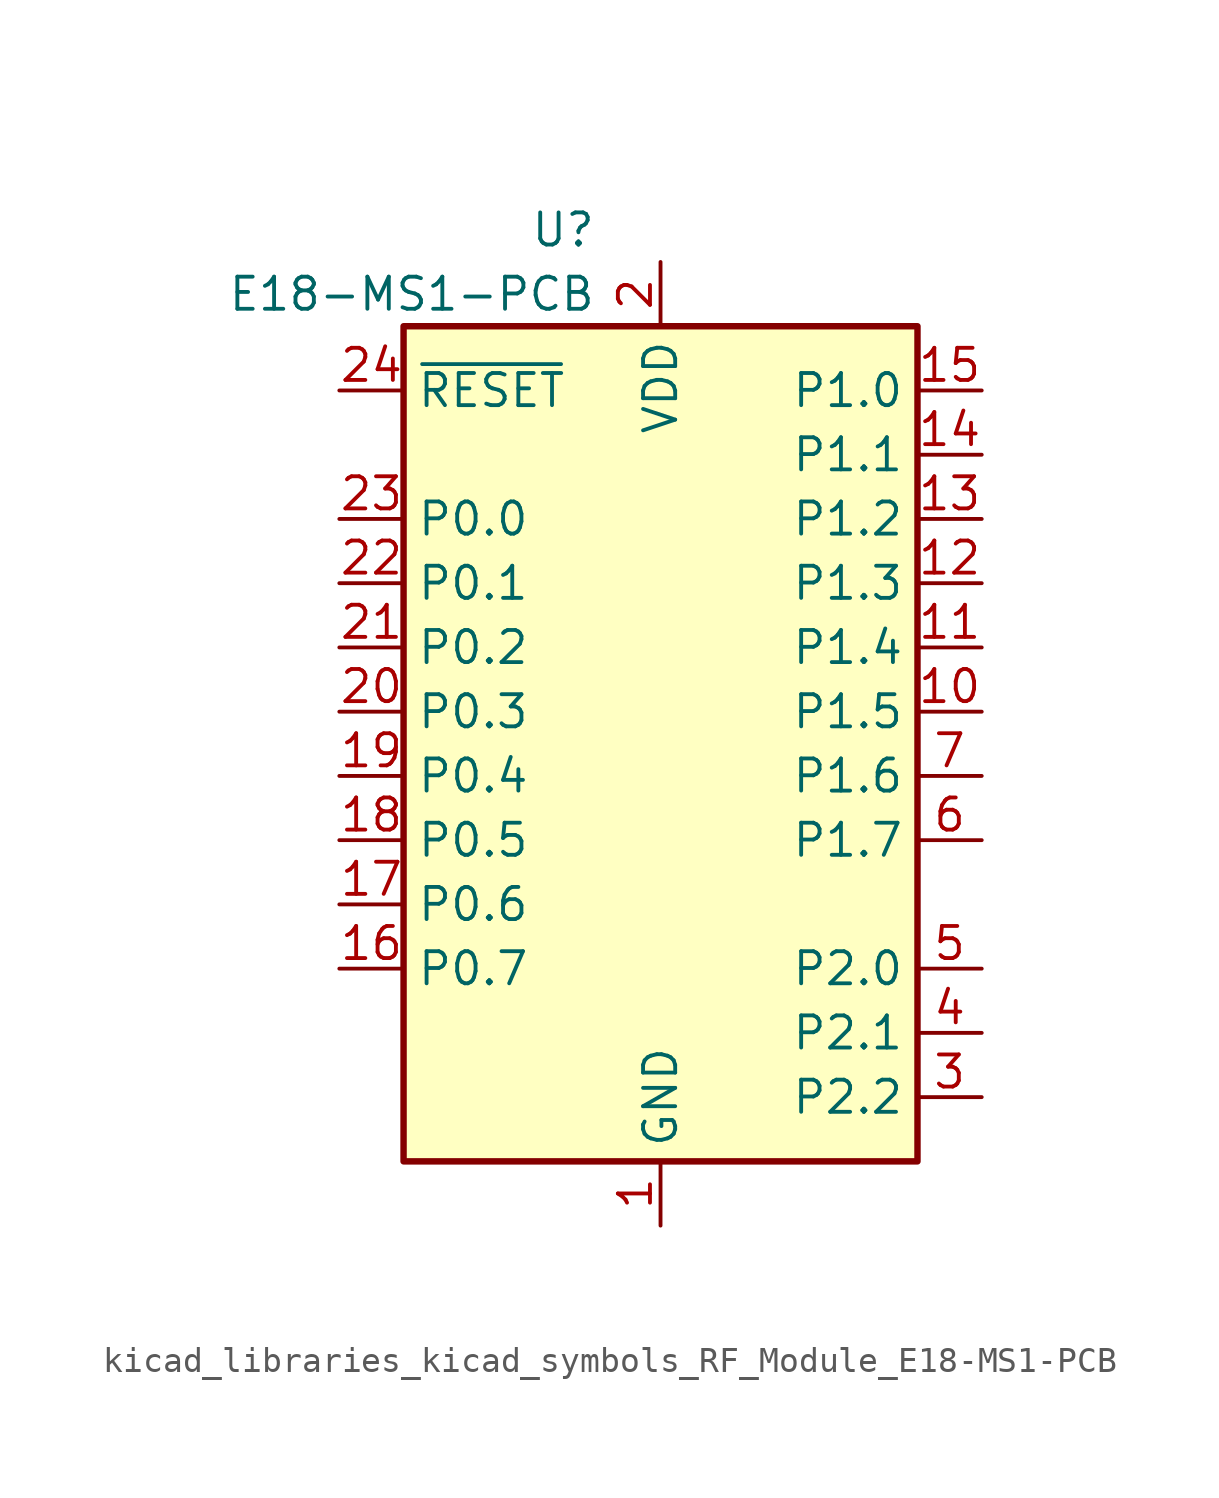
<source format=kicad_sym>
(kicad_symbol_lib
  (version 20220914)
  (generator kicad_symbol_editor)
  (symbol "kicad_libraries_kicad_symbols_RF_Module_E18-MS1-PCB"
    (property "Reference" "U"
      (at -2.54 21.59 0)
      (effects (font (size 1.27 1.27)) (justify right)))
    (property "Value" "E18-MS1-PCB"
      (at -2.54 19.05 0)
      (effects (font (size 1.27 1.27)) (justify right)))
    (symbol "kicad_libraries_kicad_symbols_RF_Module_E18-MS1-PCB_0_1"
      (rectangle (start -10.16 17.78) (end 10.16 -15.24) (stroke (width 0.254) (type default)) (fill (type background))))
    (symbol "kicad_libraries_kicad_symbols_RF_Module_E18-MS1-PCB_1_1"
      (pin power_in line (at 0 -17.78 90) (length 2.54) (name "GND" (effects (font (size 1.27 1.27)))) (number "1" (effects (font (size 1.27 1.27)))))
      (pin bidirectional line (at 12.7 2.54 180) (length 2.54) (name "P1.5" (effects (font (size 1.27 1.27)))) (number "10" (effects (font (size 1.27 1.27)))))
      (pin bidirectional line (at 12.7 5.08 180) (length 2.54) (name "P1.4" (effects (font (size 1.27 1.27)))) (number "11" (effects (font (size 1.27 1.27)))))
      (pin bidirectional line (at 12.7 7.62 180) (length 2.54) (name "P1.3" (effects (font (size 1.27 1.27)))) (number "12" (effects (font (size 1.27 1.27)))))
      (pin bidirectional line (at 12.7 10.16 180) (length 2.54) (name "P1.2" (effects (font (size 1.27 1.27)))) (number "13" (effects (font (size 1.27 1.27)))))
      (pin bidirectional line (at 12.7 12.7 180) (length 2.54) (name "P1.1" (effects (font (size 1.27 1.27)))) (number "14" (effects (font (size 1.27 1.27)))))
      (pin bidirectional line (at 12.7 15.24 180) (length 2.54) (name "P1.0" (effects (font (size 1.27 1.27)))) (number "15" (effects (font (size 1.27 1.27)))))
      (pin bidirectional line (at -12.7 -7.62 0) (length 2.54) (name "P0.7" (effects (font (size 1.27 1.27)))) (number "16" (effects (font (size 1.27 1.27)))))
      (pin bidirectional line (at -12.7 -5.08 0) (length 2.54) (name "P0.6" (effects (font (size 1.27 1.27)))) (number "17" (effects (font (size 1.27 1.27)))))
      (pin bidirectional line (at -12.7 -2.54 0) (length 2.54) (name "P0.5" (effects (font (size 1.27 1.27)))) (number "18" (effects (font (size 1.27 1.27)))))
      (pin bidirectional line (at -12.7 0 0) (length 2.54) (name "P0.4" (effects (font (size 1.27 1.27)))) (number "19" (effects (font (size 1.27 1.27)))))
      (pin power_in line (at 0 20.32 270) (length 2.54) (name "VDD" (effects (font (size 1.27 1.27)))) (number "2" (effects (font (size 1.27 1.27)))))
      (pin bidirectional line (at -12.7 2.54 0) (length 2.54) (name "P0.3" (effects (font (size 1.27 1.27)))) (number "20" (effects (font (size 1.27 1.27)))))
      (pin bidirectional line (at -12.7 5.08 0) (length 2.54) (name "P0.2" (effects (font (size 1.27 1.27)))) (number "21" (effects (font (size 1.27 1.27)))))
      (pin bidirectional line (at -12.7 7.62 0) (length 2.54) (name "P0.1" (effects (font (size 1.27 1.27)))) (number "22" (effects (font (size 1.27 1.27)))))
      (pin bidirectional line (at -12.7 10.16 0) (length 2.54) (name "P0.0" (effects (font (size 1.27 1.27)))) (number "23" (effects (font (size 1.27 1.27)))))
      (pin input line (at -12.7 15.24 0) (length 2.54) (name "~{RESET}" (effects (font (size 1.27 1.27)))) (number "24" (effects (font (size 1.27 1.27)))))
      (pin bidirectional line (at 12.7 -12.7 180) (length 2.54) (name "P2.2" (effects (font (size 1.27 1.27)))) (number "3" (effects (font (size 1.27 1.27)))))
      (pin bidirectional line (at 12.7 -10.16 180) (length 2.54) (name "P2.1" (effects (font (size 1.27 1.27)))) (number "4" (effects (font (size 1.27 1.27)))))
      (pin bidirectional line (at 12.7 -7.62 180) (length 2.54) (name "P2.0" (effects (font (size 1.27 1.27)))) (number "5" (effects (font (size 1.27 1.27)))))
      (pin bidirectional line (at 12.7 -2.54 180) (length 2.54) (name "P1.7" (effects (font (size 1.27 1.27)))) (number "6" (effects (font (size 1.27 1.27)))))
      (pin bidirectional line (at 12.7 0 180) (length 2.54) (name "P1.6" (effects (font (size 1.27 1.27)))) (number "7" (effects (font (size 1.27 1.27)))))
      (pin no_connect line (at -10.16 -10.16 0) (length 2.54) hide (name "NC" (effects (font (size 1.27 1.27)))) (number "8" (effects (font (size 1.27 1.27)))))
      (pin no_connect line (at -10.16 -12.7 0) (length 2.54) hide (name "NC" (effects (font (size 1.27 1.27)))) (number "9" (effects (font (size 1.27 1.27))))))))
</source>
